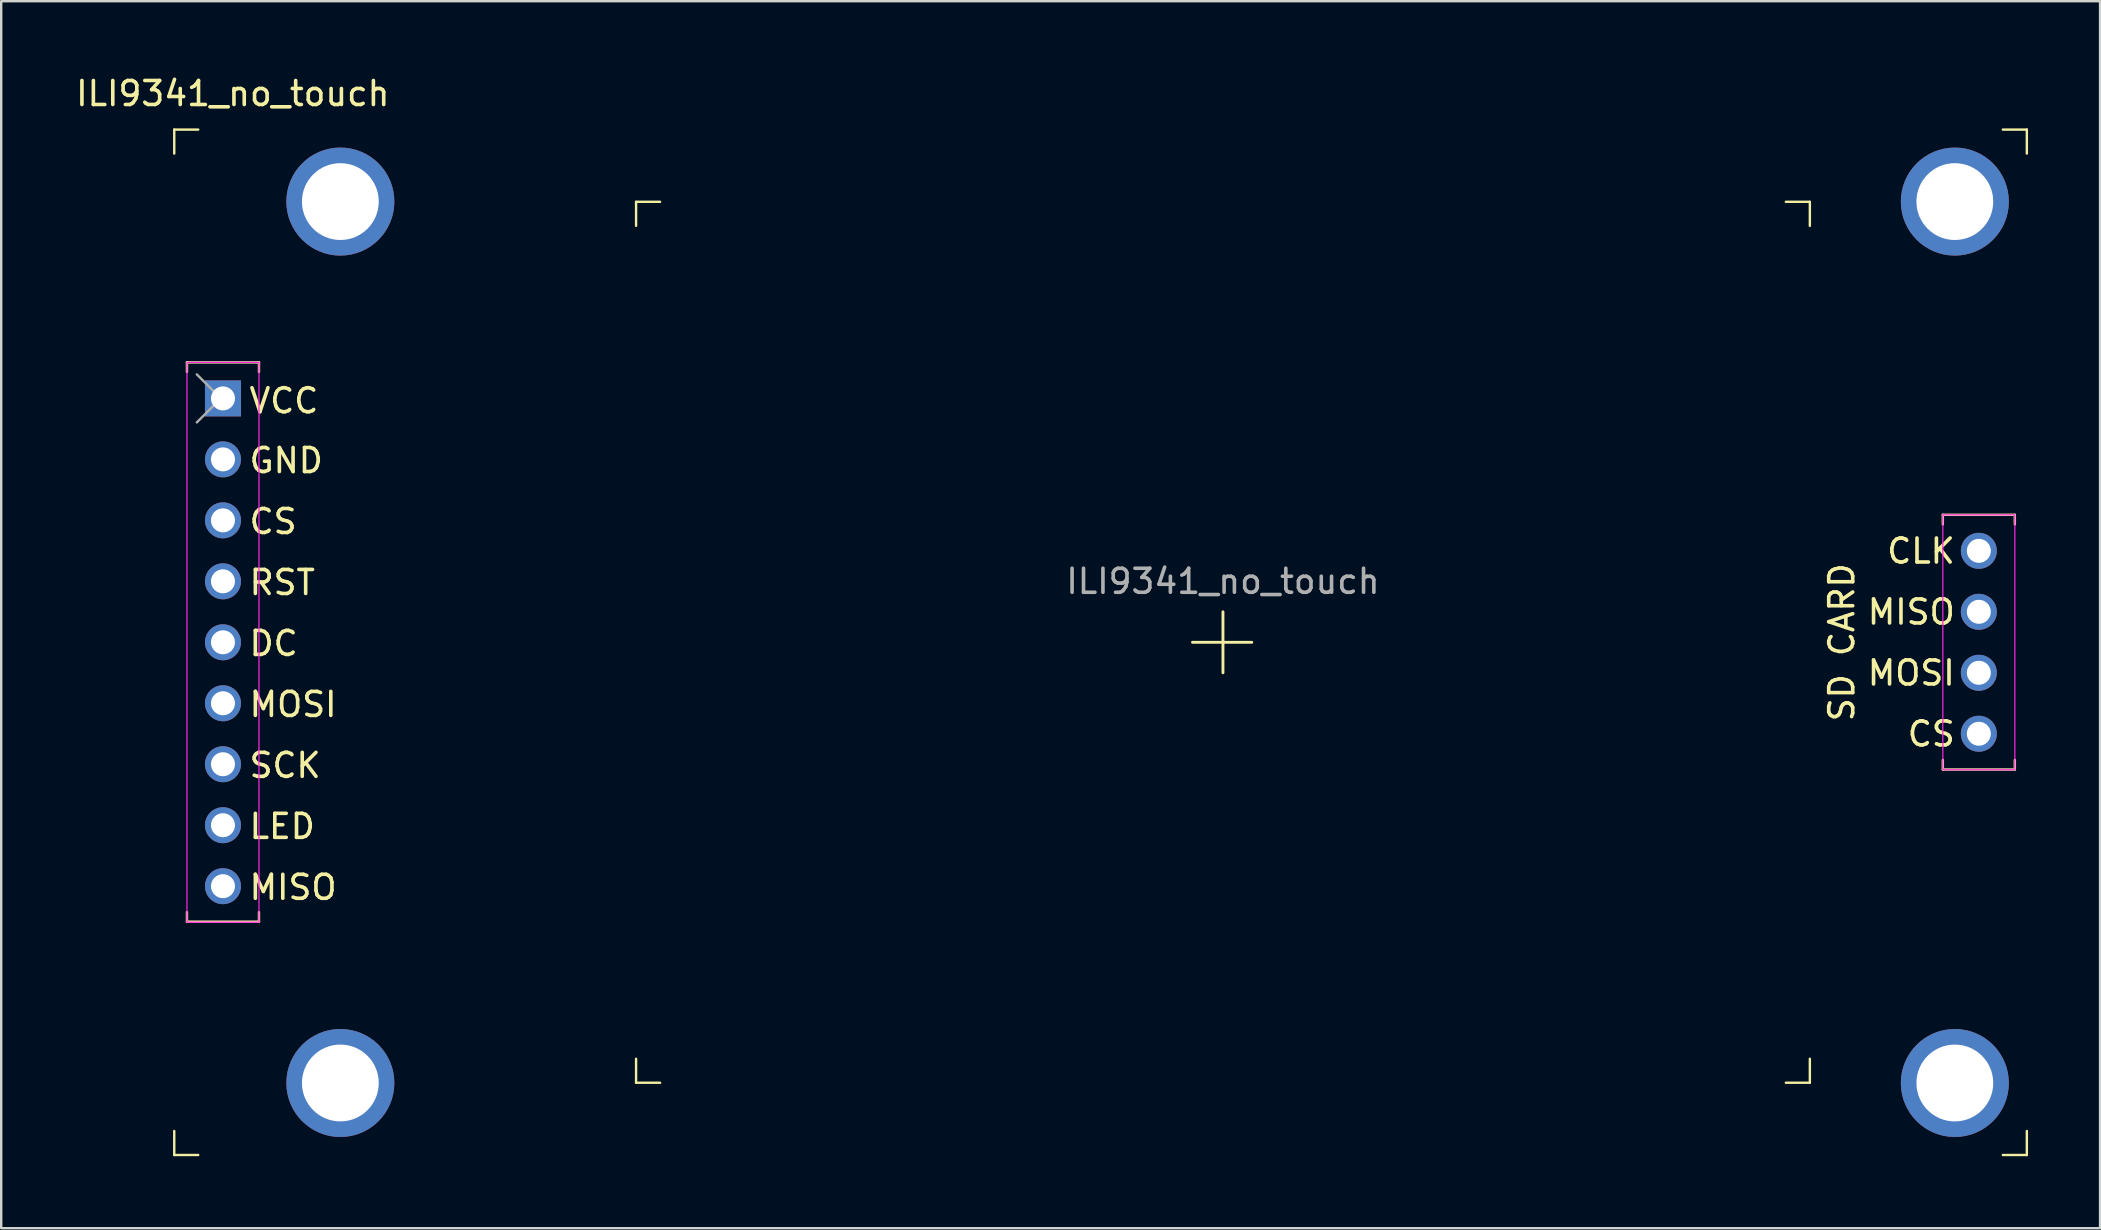
<source format=kicad_pcb>
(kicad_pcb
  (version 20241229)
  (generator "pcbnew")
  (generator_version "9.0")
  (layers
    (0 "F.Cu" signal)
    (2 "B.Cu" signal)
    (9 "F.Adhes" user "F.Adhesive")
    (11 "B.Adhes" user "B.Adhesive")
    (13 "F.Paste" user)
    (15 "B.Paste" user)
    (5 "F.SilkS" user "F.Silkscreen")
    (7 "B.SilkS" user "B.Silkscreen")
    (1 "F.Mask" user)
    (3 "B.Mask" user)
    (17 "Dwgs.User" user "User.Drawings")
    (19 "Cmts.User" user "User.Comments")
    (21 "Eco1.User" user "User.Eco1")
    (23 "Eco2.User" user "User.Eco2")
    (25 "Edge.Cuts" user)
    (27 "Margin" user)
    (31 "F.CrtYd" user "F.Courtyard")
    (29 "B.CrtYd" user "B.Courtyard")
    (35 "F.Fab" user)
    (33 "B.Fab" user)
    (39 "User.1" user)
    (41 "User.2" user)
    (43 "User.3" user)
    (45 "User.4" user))
  (footprint "ILI9341_no_touch"
    (layer "F.Cu")
    (at 47.899 23.708)
    (property "Reference" "ILI9341_no_touch" (at -41.25 -22.86 0) (layer "F.SilkS") (effects (font (size 1 1) (thickness 0.15))))
    (attr through_hole)
    (fp_line (start -43.69 -21.36) (end -43.69 -20.36) (stroke (width 0.1) (type default)) (layer "F.SilkS"))
    (fp_line (start -43.69 -21.36) (end -42.69 -21.36) (stroke (width 0.1) (type default)) (layer "F.SilkS"))
    (fp_line (start -43.69 21.36) (end -43.69 20.36) (stroke (width 0.1) (type default)) (layer "F.SilkS"))
    (fp_line (start -43.69 21.36) (end -42.69 21.36) (stroke (width 0.1) (type default)) (layer "F.SilkS"))
    (fp_line (start -43.16 -11.66) (end -40.16 -11.66) (stroke (width 0.1) (type default)) (layer "F.SilkS"))
    (fp_line (start -43.16 -11.26) (end -43.16 -11.66) (stroke (width 0.1) (type default)) (layer "F.SilkS"))
    (fp_line (start -43.16 11.64) (end -43.16 11.24) (stroke (width 0.1) (type default)) (layer "F.SilkS"))
    (fp_line (start -43.16 11.64) (end -40.16 11.64) (stroke (width 0.1) (type default)) (layer "F.SilkS"))
    (fp_line (start -40.16 -11.26) (end -40.16 -11.66) (stroke (width 0.1) (type default)) (layer "F.SilkS"))
    (fp_line (start -40.16 11.64) (end -40.16 11.24) (stroke (width 0.1) (type default)) (layer "F.SilkS"))
    (fp_line (start -24.45 -18.35) (end -24.45 -17.35) (stroke (width 0.1) (type default)) (layer "F.SilkS"))
    (fp_line (start -24.45 -18.35) (end -23.45 -18.35) (stroke (width 0.1) (type default)) (layer "F.SilkS"))
    (fp_line (start -24.45 18.35) (end -24.45 17.35) (stroke (width 0.1) (type default)) (layer "F.SilkS"))
    (fp_line (start -24.45 18.35) (end -23.45 18.35) (stroke (width 0.1) (type default)) (layer "F.SilkS"))
    (fp_line (start 0 -1.27) (end 0 1.27) (stroke (width 0.12) (type solid)) (layer "F.SilkS"))
    (fp_line (start 1.2 0) (end -1.27 0) (stroke (width 0.12) (type solid)) (layer "F.SilkS"))
    (fp_line (start 24.45 -18.35) (end 23.45 -18.35) (stroke (width 0.1) (type default)) (layer "F.SilkS"))
    (fp_line (start 24.45 -18.35) (end 24.45 -17.35) (stroke (width 0.1) (type default)) (layer "F.SilkS"))
    (fp_line (start 24.45 18.35) (end 23.45 18.35) (stroke (width 0.1) (type default)) (layer "F.SilkS"))
    (fp_line (start 24.45 18.35) (end 24.45 17.35) (stroke (width 0.1) (type default)) (layer "F.SilkS"))
    (fp_line (start 29.99 -5.31) (end 32.99 -5.31) (stroke (width 0.1) (type default)) (layer "F.SilkS"))
    (fp_line (start 29.99 -4.91) (end 29.99 -5.31) (stroke (width 0.1) (type default)) (layer "F.SilkS"))
    (fp_line (start 29.99 4.9) (end 29.99 5.3) (stroke (width 0.1) (type default)) (layer "F.SilkS"))
    (fp_line (start 29.99 5.3) (end 32.99 5.3) (stroke (width 0.1) (type default)) (layer "F.SilkS"))
    (fp_line (start 32.99 -4.91) (end 32.99 -5.31) (stroke (width 0.1) (type default)) (layer "F.SilkS"))
    (fp_line (start 32.99 4.9) (end 32.99 5.3) (stroke (width 0.1) (type default)) (layer "F.SilkS"))
    (fp_line (start 33.49 -21.36) (end 32.49 -21.36) (stroke (width 0.1) (type default)) (layer "F.SilkS"))
    (fp_line (start 33.49 -21.36) (end 33.49 -20.36) (stroke (width 0.1) (type default)) (layer "F.SilkS"))
    (fp_line (start 33.49 21.36) (end 32.49 21.36) (stroke (width 0.1) (type default)) (layer "F.SilkS"))
    (fp_line (start 33.49 21.36) (end 33.49 20.36) (stroke (width 0.1) (type default)) (layer "F.SilkS"))
    (fp_rect (start -43.16 -11.66) (end -40.16 11.66) (stroke (width 0.05) (type default)) (fill no) (layer "F.CrtYd"))
    (fp_rect (start 29.99 -5.31) (end 32.99 5.31) (stroke (width 0.05) (type default)) (fill no) (layer "F.CrtYd"))
    (fp_line (start -42.75 -9.16) (end -41.75 -10.16) (stroke (width 0.1) (type solid)) (layer "F.Fab"))
    (fp_line (start -41.75 -10.16) (end -42.75 -11.16) (stroke (width 0.1) (type solid)) (layer "F.Fab"))
    (fp_text user "MOSI" (at 28.675 1.28 0) (unlocked yes) (layer "F.SilkS") (effects (font (size 1 1) (thickness 0.15))))
    (fp_text user "CLK" (at 29.08 -3.8 0) (unlocked yes) (layer "F.SilkS") (effects (font (size 1 1) (thickness 0.15))))
    (fp_text user "CS" (at 29.509 3.82 0) (unlocked yes) (layer "F.SilkS") (effects (font (size 1 1) (thickness 0.15))))
    (fp_text user "MISO" (at 28.675 -1.26 0) (unlocked yes) (layer "F.SilkS") (effects (font (size 1 1) (thickness 0.15))))
    (fp_text user "MISO" (at -38.739 10.21 0) (unlocked yes) (layer "F.SilkS") (effects (font (size 1 1) (thickness 0.15))))
    (fp_text user "LED" (at -39.191 7.67 0) (unlocked yes) (layer "F.SilkS") (effects (font (size 1 1) (thickness 0.15))))
    (fp_text user "MOSI" (at -38.739 2.59 0) (unlocked yes) (layer "F.SilkS") (effects (font (size 1 1) (thickness 0.15))))
    (fp_text user "GND" (at -39.025 -7.57 0) (unlocked yes) (layer "F.SilkS") (effects (font (size 1 1) (thickness 0.15))))
    (fp_text user "SD CARD" (at 25.781 0 90) (unlocked yes) (layer "F.SilkS") (effects (font (size 1 1) (thickness 0.15))))
    (fp_text user "DC" (at -39.549 0.05 0) (unlocked yes) (layer "F.SilkS") (effects (font (size 1 1) (thickness 0.15))))
    (fp_text user "RST" (at -39.191 -2.49 0) (unlocked yes) (layer "F.SilkS") (effects (font (size 1 1) (thickness 0.15))))
    (fp_text user "VCC" (at -39.12 -10.06 0) (unlocked yes) (layer "F.SilkS") (effects (font (size 1 1) (thickness 0.15))))
    (fp_text user "CS" (at -39.572 -5.03 0) (unlocked yes) (layer "F.SilkS") (effects (font (size 1 1) (thickness 0.15))))
    (fp_text user "SCK" (at -39.072 5.13 0) (unlocked yes) (layer "F.SilkS") (effects (font (size 1 1) (thickness 0.15))))
    (fp_text user "${REFERENCE}" (at 0 -2.54 0) (layer "F.Fab") (effects (font (size 1 1) (thickness 0.15))))
    (pad "" thru_hole circle (at -36.77 -18.36) (size 4.5 4.5) (drill 3.2) (layers "*.Cu" "*.Mask"))
    (pad "" thru_hole circle (at -36.77 18.36) (size 4.5 4.5) (drill 3.2) (layers "*.Cu" "*.Mask"))
    (pad "" thru_hole circle (at 30.49 -18.36) (size 4.5 4.5) (drill 3.2) (layers "*.Cu" "*.Mask"))
    (pad "" thru_hole circle (at 30.49 18.36) (size 4.5 4.5) (drill 3.2) (layers "*.Cu" "*.Mask"))
    (pad "1" thru_hole rect (at -41.66 -10.16) (size 1.5 1.5) (drill 1) (layers "*.Cu" "*.Mask"))
    (pad "2" thru_hole circle (at -41.66 -7.62) (size 1.5 1.5) (drill 1) (layers "*.Cu" "*.Mask"))
    (pad "3" thru_hole circle (at -41.66 -5.08) (size 1.5 1.5) (drill 1) (layers "*.Cu" "*.Mask"))
    (pad "4" thru_hole circle (at -41.66 -2.54) (size 1.5 1.5) (drill 1) (layers "*.Cu" "*.Mask"))
    (pad "5" thru_hole circle (at -41.66 0) (size 1.5 1.5) (drill 1) (layers "*.Cu" "*.Mask"))
    (pad "6" thru_hole circle (at -41.66 2.54) (size 1.5 1.5) (drill 1) (layers "*.Cu" "*.Mask"))
    (pad "7" thru_hole circle (at -41.66 5.08) (size 1.5 1.5) (drill 1) (layers "*.Cu" "*.Mask"))
    (pad "8" thru_hole circle (at -41.66 7.62) (size 1.5 1.5) (drill 1) (layers "*.Cu" "*.Mask"))
    (pad "9" thru_hole circle (at -41.66 10.16) (size 1.5 1.5) (drill 1) (layers "*.Cu" "*.Mask"))
    (pad "10" thru_hole circle (at 31.49 3.81) (size 1.5 1.5) (drill 1) (layers "*.Cu" "*.Mask"))
    (pad "11" thru_hole circle (at 31.49 1.27) (size 1.5 1.5) (drill 1) (layers "*.Cu" "*.Mask"))
    (pad "12" thru_hole circle (at 31.49 -1.27) (size 1.5 1.5) (drill 1) (layers "*.Cu" "*.Mask"))
    (pad "13" thru_hole circle (at 31.49 -3.81) (size 1.5 1.5) (drill 1) (layers "*.Cu" "*.Mask")))
  (gr_rect
    (start -3 -3)
    (end 84.439 48.118)
    (stroke (width 0.1) (type default))
    (fill no)
    (layer "Edge.Cuts")))
</source>
